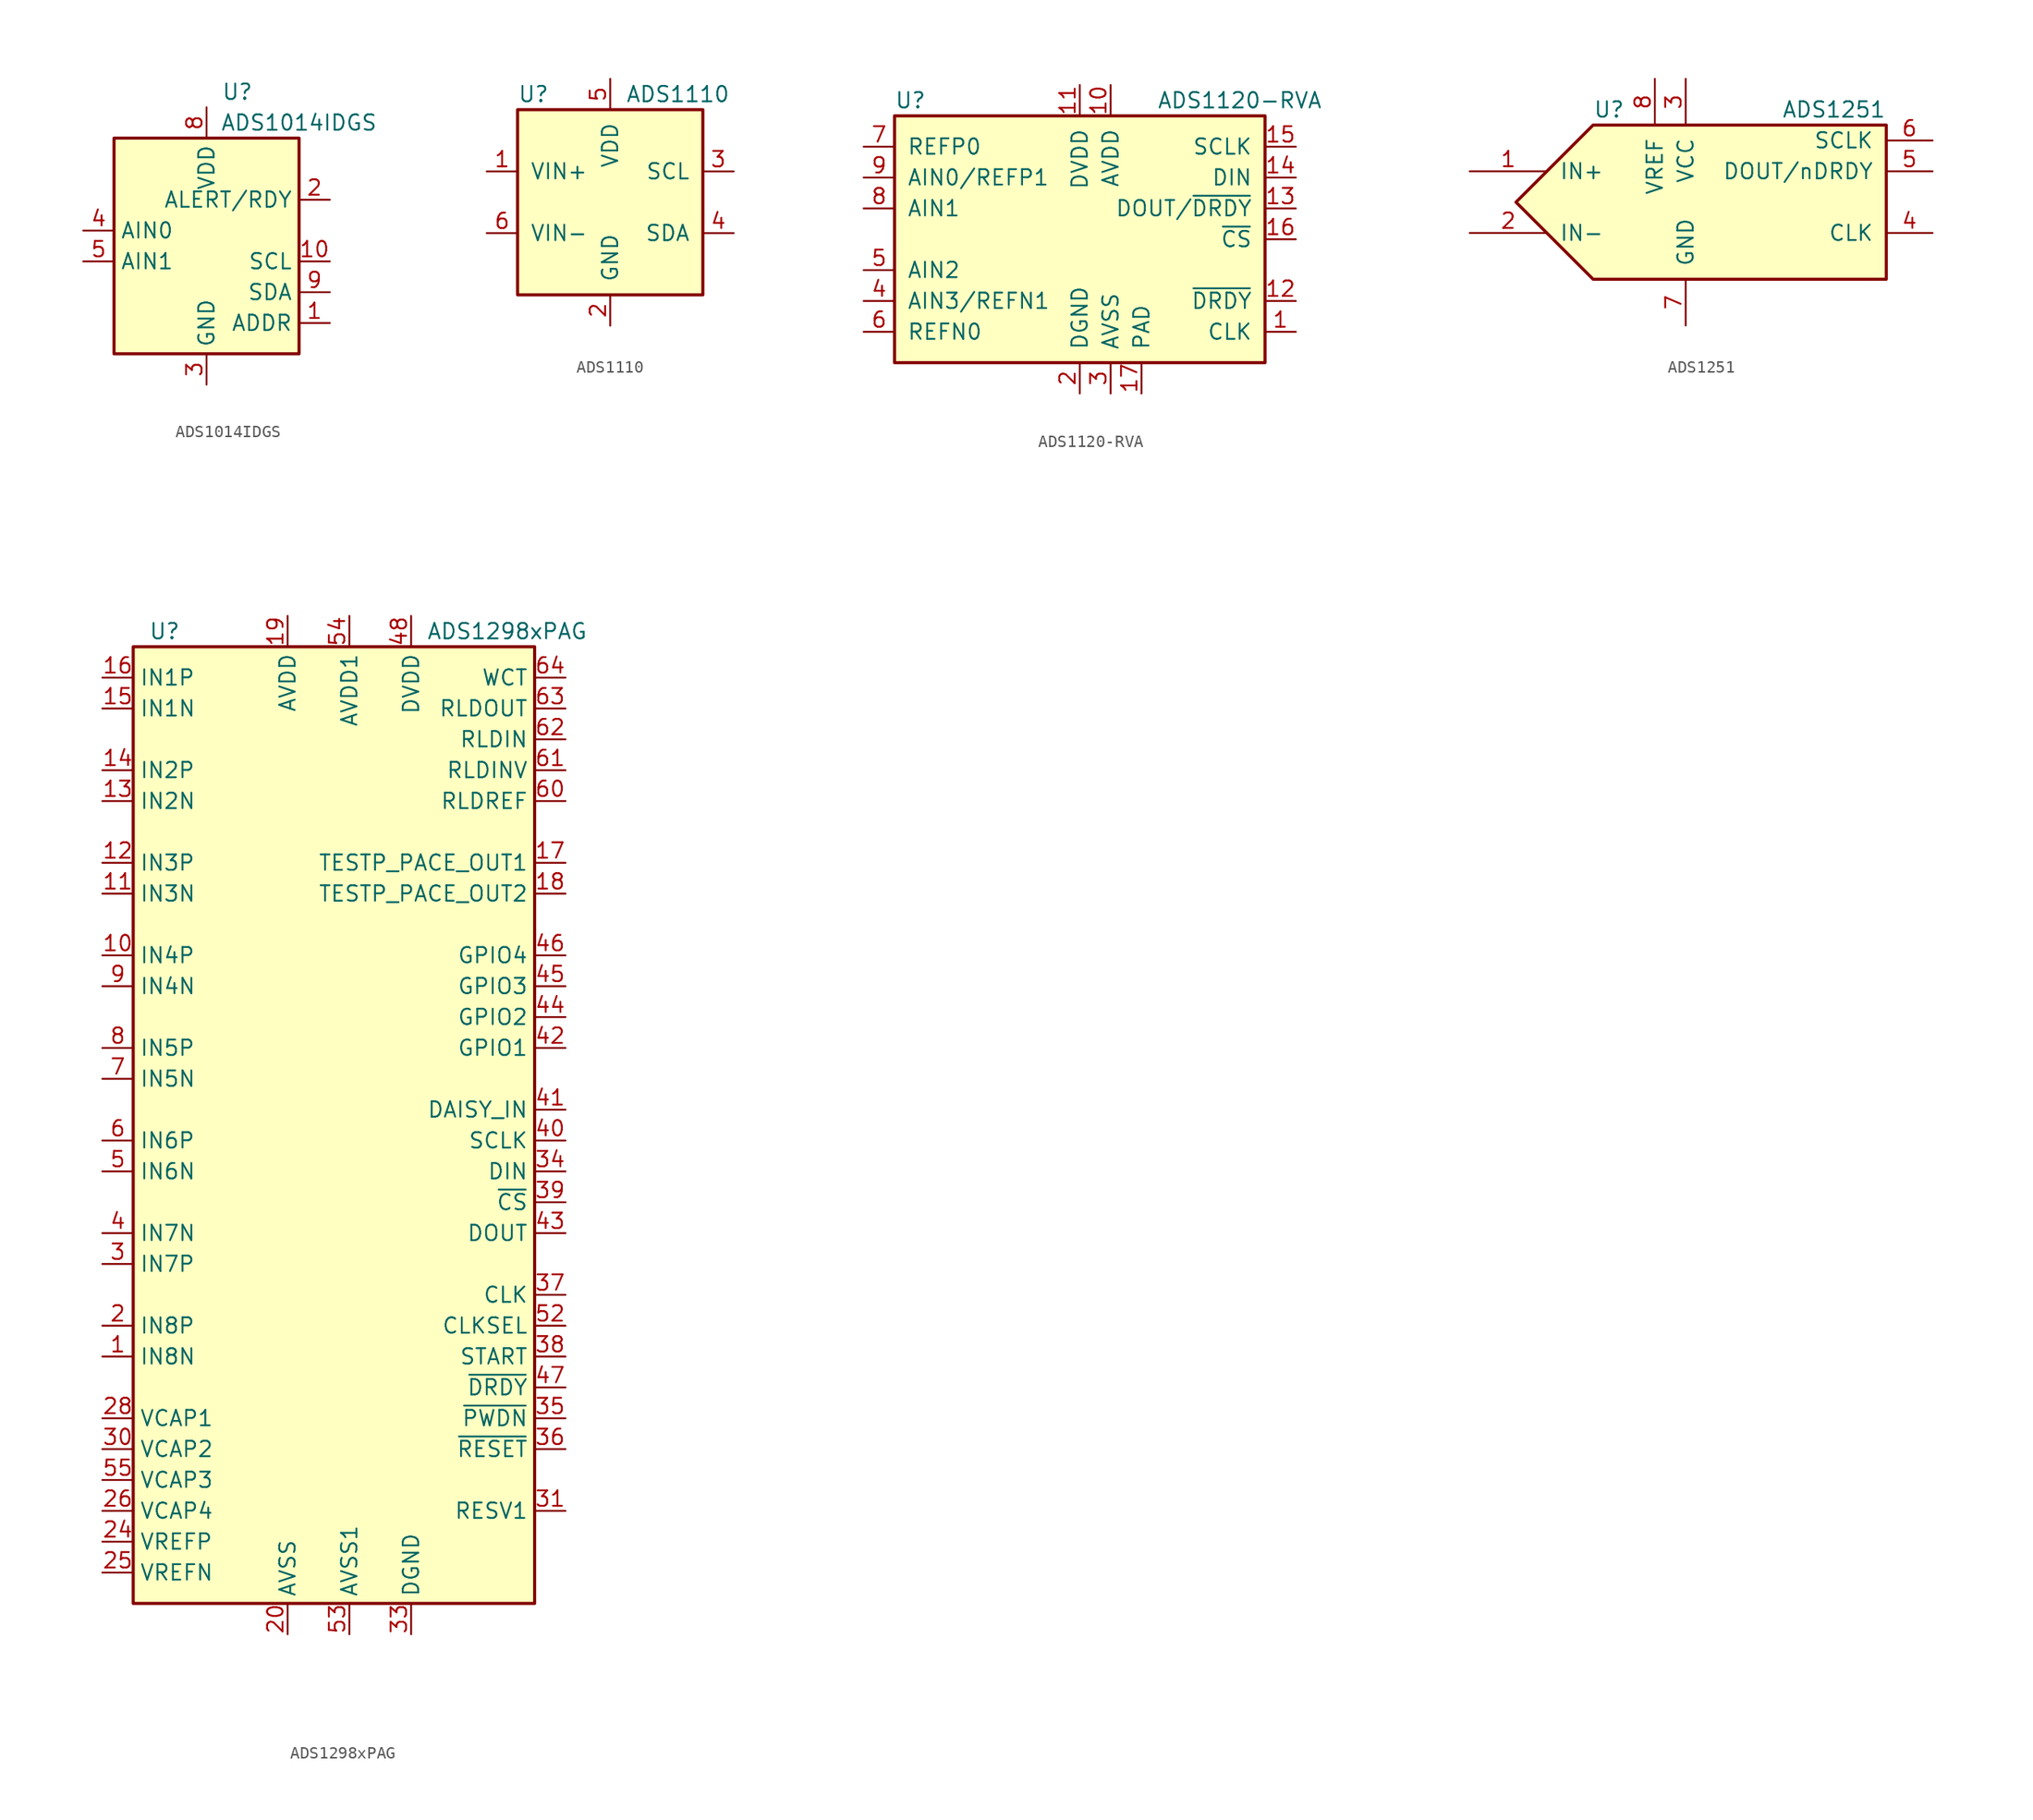
<source format=kicad_sym>
(kicad_symbol_lib
  (version 20220914)
  (generator kicad_symbol_editor)
  (symbol "ADS1014IDGS"
    (property "Reference" "U"
      (at 2.54 13.97 0)
      (effects (font (size 1.27 1.27))))
    (property "Value" "ADS1014IDGS"
      (at 7.62 11.43 0)
      (effects (font (size 1.27 1.27))))
    (symbol "ADS1014IDGS_0_1"
      (rectangle (start -7.62 10.16) (end 7.62 -7.62) (stroke (width 0.254) (type default)) (fill (type background))))
    (symbol "ADS1014IDGS_1_1"
      (pin input line (at 10.16 -5.08 180) (length 2.54) (name "ADDR" (effects (font (size 1.27 1.27)))) (number "1" (effects (font (size 1.27 1.27)))))
      (pin input line (at 10.16 0 180) (length 2.54) (name "SCL" (effects (font (size 1.27 1.27)))) (number "10" (effects (font (size 1.27 1.27)))))
      (pin output line (at 10.16 5.08 180) (length 2.54) (name "ALERT/RDY" (effects (font (size 1.27 1.27)))) (number "2" (effects (font (size 1.27 1.27)))))
      (pin power_in line (at 0 -10.16 90) (length 2.54) (name "GND" (effects (font (size 1.27 1.27)))) (number "3" (effects (font (size 1.27 1.27)))))
      (pin input line (at -10.16 2.54 0) (length 2.54) (name "AIN0" (effects (font (size 1.27 1.27)))) (number "4" (effects (font (size 1.27 1.27)))))
      (pin input line (at -10.16 0 0) (length 2.54) (name "AIN1" (effects (font (size 1.27 1.27)))) (number "5" (effects (font (size 1.27 1.27)))))
      (pin no_connect line (at -7.62 7.62 0) (length 2.54) hide (name "~" (effects (font (size 1.27 1.27)))) (number "6" (effects (font (size 1.27 1.27)))))
      (pin no_connect line (at -7.62 5.08 0) (length 2.54) hide (name "~" (effects (font (size 1.27 1.27)))) (number "7" (effects (font (size 1.27 1.27)))))
      (pin power_in line (at 0 12.7 270) (length 2.54) (name "VDD" (effects (font (size 1.27 1.27)))) (number "8" (effects (font (size 1.27 1.27)))))
      (pin bidirectional line (at 10.16 -2.54 180) (length 2.54) (name "SDA" (effects (font (size 1.27 1.27)))) (number "9" (effects (font (size 1.27 1.27)))))))
  (symbol "ADS1110"
    (pin_names
      (offset 1.016))
    (property "Reference" "U"
      (at -7.62 8.89 0)
      (effects (font (size 1.27 1.27)) (justify left)))
    (property "Value" "ADS1110"
      (at 1.27 8.89 0)
      (effects (font (size 1.27 1.27)) (justify left)))
    (symbol "ADS1110_0_1"
      (rectangle (start -7.62 7.62) (end 7.62 -7.62) (stroke (width 0.254) (type default)) (fill (type background))))
    (symbol "ADS1110_1_1"
      (pin input line (at -10.16 2.54 0) (length 2.54) (name "VIN+" (effects (font (size 1.27 1.27)))) (number "1" (effects (font (size 1.27 1.27)))))
      (pin power_in line (at 0 -10.16 90) (length 2.54) (name "GND" (effects (font (size 1.27 1.27)))) (number "2" (effects (font (size 1.27 1.27)))))
      (pin input line (at 10.16 2.54 180) (length 2.54) (name "SCL" (effects (font (size 1.27 1.27)))) (number "3" (effects (font (size 1.27 1.27)))))
      (pin bidirectional line (at 10.16 -2.54 180) (length 2.54) (name "SDA" (effects (font (size 1.27 1.27)))) (number "4" (effects (font (size 1.27 1.27)))))
      (pin power_in line (at 0 10.16 270) (length 2.54) (name "VDD" (effects (font (size 1.27 1.27)))) (number "5" (effects (font (size 1.27 1.27)))))
      (pin input line (at -10.16 -2.54 0) (length 2.54) (name "VIN-" (effects (font (size 1.27 1.27)))) (number "6" (effects (font (size 1.27 1.27)))))))
  (symbol "ADS1120-RVA"
    (pin_names
      (offset 1.016))
    (property "Reference" "U"
      (at -15.24 11.43 0)
      (effects (font (size 1.27 1.27)) (justify left)))
    (property "Value" "ADS1120-RVA"
      (at 6.35 11.43 0)
      (effects (font (size 1.27 1.27)) (justify left)))
    (symbol "ADS1120-RVA_0_1"
      (rectangle (start -15.24 10.16) (end 15.24 -10.16) (stroke (width 0.254) (type default)) (fill (type background))))
    (symbol "ADS1120-RVA_1_1"
      (pin input line (at 17.78 -7.62 180) (length 2.54) (name "CLK" (effects (font (size 1.27 1.27)))) (number "1" (effects (font (size 1.27 1.27)))))
      (pin power_in line (at 2.54 12.7 270) (length 2.54) (name "AVDD" (effects (font (size 1.27 1.27)))) (number "10" (effects (font (size 1.27 1.27)))))
      (pin power_in line (at 0 12.7 270) (length 2.54) (name "DVDD" (effects (font (size 1.27 1.27)))) (number "11" (effects (font (size 1.27 1.27)))))
      (pin output line (at 17.78 -5.08 180) (length 2.54) (name "~{DRDY}" (effects (font (size 1.27 1.27)))) (number "12" (effects (font (size 1.27 1.27)))))
      (pin output line (at 17.78 2.54 180) (length 2.54) (name "DOUT/~{DRDY}" (effects (font (size 1.27 1.27)))) (number "13" (effects (font (size 1.27 1.27)))))
      (pin input line (at 17.78 5.08 180) (length 2.54) (name "DIN" (effects (font (size 1.27 1.27)))) (number "14" (effects (font (size 1.27 1.27)))))
      (pin input line (at 17.78 7.62 180) (length 2.54) (name "SCLK" (effects (font (size 1.27 1.27)))) (number "15" (effects (font (size 1.27 1.27)))))
      (pin input line (at 17.78 0 180) (length 2.54) (name "~{CS}" (effects (font (size 1.27 1.27)))) (number "16" (effects (font (size 1.27 1.27)))))
      (pin passive line (at 5.08 -12.7 90) (length 2.54) (name "PAD" (effects (font (size 1.27 1.27)))) (number "17" (effects (font (size 1.27 1.27)))))
      (pin power_in line (at 0 -12.7 90) (length 2.54) (name "DGND" (effects (font (size 1.27 1.27)))) (number "2" (effects (font (size 1.27 1.27)))))
      (pin power_in line (at 2.54 -12.7 90) (length 2.54) (name "AVSS" (effects (font (size 1.27 1.27)))) (number "3" (effects (font (size 1.27 1.27)))))
      (pin input line (at -17.78 -5.08 0) (length 2.54) (name "AIN3/REFN1" (effects (font (size 1.27 1.27)))) (number "4" (effects (font (size 1.27 1.27)))))
      (pin input line (at -17.78 -2.54 0) (length 2.54) (name "AIN2" (effects (font (size 1.27 1.27)))) (number "5" (effects (font (size 1.27 1.27)))))
      (pin input line (at -17.78 -7.62 0) (length 2.54) (name "REFN0" (effects (font (size 1.27 1.27)))) (number "6" (effects (font (size 1.27 1.27)))))
      (pin input line (at -17.78 7.62 0) (length 2.54) (name "REFP0" (effects (font (size 1.27 1.27)))) (number "7" (effects (font (size 1.27 1.27)))))
      (pin input line (at -17.78 2.54 0) (length 2.54) (name "AIN1" (effects (font (size 1.27 1.27)))) (number "8" (effects (font (size 1.27 1.27)))))
      (pin input line (at -17.78 5.08 0) (length 2.54) (name "AIN0/REFP1" (effects (font (size 1.27 1.27)))) (number "9" (effects (font (size 1.27 1.27)))))))
  (symbol "ADS1251"
    (pin_names
      (offset 1.016))
    (property "Reference" "U"
      (at -10.16 7.62 0)
      (effects (font (size 1.27 1.27)) (justify left)))
    (property "Value" "ADS1251"
      (at 13.97 7.62 0)
      (effects (font (size 1.27 1.27)) (justify right)))
    (symbol "ADS1251_0_1"
      (polyline (pts (xy 13.97 6.35) (xy -10.16 6.35) (xy -16.51 0) (xy -10.16 -6.35) (xy 11.43 -6.35) (xy 13.97 -6.35) (xy 13.97 6.35)) (stroke (width 0.254) (type default)) (fill (type background))))
    (symbol "ADS1251_1_1"
      (pin input line (at -20.32 2.54 0) (length 6.35) (name "IN+" (effects (font (size 1.27 1.27)))) (number "1" (effects (font (size 1.27 1.27)))))
      (pin input line (at -20.32 -2.54 0) (length 6.35) (name "IN-" (effects (font (size 1.27 1.27)))) (number "2" (effects (font (size 1.27 1.27)))))
      (pin power_in line (at -2.54 10.16 270) (length 3.81) (name "VCC" (effects (font (size 1.27 1.27)))) (number "3" (effects (font (size 1.27 1.27)))))
      (pin input line (at 17.78 -2.54 180) (length 3.81) (name "CLK" (effects (font (size 1.27 1.27)))) (number "4" (effects (font (size 1.27 1.27)))))
      (pin output line (at 17.78 2.54 180) (length 3.81) (name "DOUT/nDRDY" (effects (font (size 1.27 1.27)))) (number "5" (effects (font (size 1.27 1.27)))))
      (pin input line (at 17.78 5.08 180) (length 3.81) (name "SCLK" (effects (font (size 1.27 1.27)))) (number "6" (effects (font (size 1.27 1.27)))))
      (pin power_in line (at -2.54 -10.16 90) (length 3.81) (name "GND" (effects (font (size 1.27 1.27)))) (number "7" (effects (font (size 1.27 1.27)))))
      (pin input line (at -5.08 10.16 270) (length 3.81) (name "VREF" (effects (font (size 1.27 1.27)))) (number "8" (effects (font (size 1.27 1.27)))))))
  (symbol "ADS1298xPAG"
    (property "Reference" "U"
      (at -16.51 44.45 0)
      (effects (font (size 1.27 1.27)) (justify left)))
    (property "Value" "ADS1298xPAG"
      (at 6.35 44.45 0)
      (effects (font (size 1.27 1.27)) (justify left)))
    (symbol "ADS1298xPAG_0_1"
      (rectangle (start -17.78 43.18) (end 15.24 -35.56) (stroke (width 0.254) (type default)) (fill (type background))))
    (symbol "ADS1298xPAG_1_1"
      (pin input line (at -20.32 -15.24 0) (length 2.54) (name "IN8N" (effects (font (size 1.27 1.27)))) (number "1" (effects (font (size 1.27 1.27)))))
      (pin input line (at -20.32 17.78 0) (length 2.54) (name "IN4P" (effects (font (size 1.27 1.27)))) (number "10" (effects (font (size 1.27 1.27)))))
      (pin input line (at -20.32 22.86 0) (length 2.54) (name "IN3N" (effects (font (size 1.27 1.27)))) (number "11" (effects (font (size 1.27 1.27)))))
      (pin input line (at -20.32 25.4 0) (length 2.54) (name "IN3P" (effects (font (size 1.27 1.27)))) (number "12" (effects (font (size 1.27 1.27)))))
      (pin input line (at -20.32 30.48 0) (length 2.54) (name "IN2N" (effects (font (size 1.27 1.27)))) (number "13" (effects (font (size 1.27 1.27)))))
      (pin input line (at -20.32 33.02 0) (length 2.54) (name "IN2P" (effects (font (size 1.27 1.27)))) (number "14" (effects (font (size 1.27 1.27)))))
      (pin input line (at -20.32 38.1 0) (length 2.54) (name "IN1N" (effects (font (size 1.27 1.27)))) (number "15" (effects (font (size 1.27 1.27)))))
      (pin input line (at -20.32 40.64 0) (length 2.54) (name "IN1P" (effects (font (size 1.27 1.27)))) (number "16" (effects (font (size 1.27 1.27)))))
      (pin bidirectional line (at 17.78 25.4 180) (length 2.54) (name "TESTP_PACE_OUT1" (effects (font (size 1.27 1.27)))) (number "17" (effects (font (size 1.27 1.27)))))
      (pin bidirectional line (at 17.78 22.86 180) (length 2.54) (name "TESTP_PACE_OUT2" (effects (font (size 1.27 1.27)))) (number "18" (effects (font (size 1.27 1.27)))))
      (pin power_in line (at -5.08 45.72 270) (length 2.54) (name "AVDD" (effects (font (size 1.27 1.27)))) (number "19" (effects (font (size 1.27 1.27)))))
      (pin input line (at -20.32 -12.7 0) (length 2.54) (name "IN8P" (effects (font (size 1.27 1.27)))) (number "2" (effects (font (size 1.27 1.27)))))
      (pin power_in line (at -5.08 -38.1 90) (length 2.54) (name "AVSS" (effects (font (size 1.27 1.27)))) (number "20" (effects (font (size 1.27 1.27)))))
      (pin passive line (at -5.08 45.72 270) (length 2.54) hide (name "AVDD" (effects (font (size 1.27 1.27)))) (number "21" (effects (font (size 1.27 1.27)))))
      (pin passive line (at -5.08 45.72 270) (length 2.54) hide (name "AVDD" (effects (font (size 1.27 1.27)))) (number "22" (effects (font (size 1.27 1.27)))))
      (pin passive line (at -5.08 -38.1 90) (length 2.54) hide (name "AVSS" (effects (font (size 1.27 1.27)))) (number "23" (effects (font (size 1.27 1.27)))))
      (pin passive line (at -20.32 -30.48 0) (length 2.54) (name "VREFP" (effects (font (size 1.27 1.27)))) (number "24" (effects (font (size 1.27 1.27)))))
      (pin passive line (at -20.32 -33.02 0) (length 2.54) (name "VREFN" (effects (font (size 1.27 1.27)))) (number "25" (effects (font (size 1.27 1.27)))))
      (pin passive line (at -20.32 -27.94 0) (length 2.54) (name "VCAP4" (effects (font (size 1.27 1.27)))) (number "26" (effects (font (size 1.27 1.27)))))
      (pin no_connect line (at 15.24 -30.48 180) (length 2.54) hide (name "NC" (effects (font (size 1.27 1.27)))) (number "27" (effects (font (size 1.27 1.27)))))
      (pin passive line (at -20.32 -20.32 0) (length 2.54) (name "VCAP1" (effects (font (size 1.27 1.27)))) (number "28" (effects (font (size 1.27 1.27)))))
      (pin no_connect line (at 15.24 -33.02 180) (length 2.54) hide (name "NC" (effects (font (size 1.27 1.27)))) (number "29" (effects (font (size 1.27 1.27)))))
      (pin input line (at -20.32 -7.62 0) (length 2.54) (name "IN7P" (effects (font (size 1.27 1.27)))) (number "3" (effects (font (size 1.27 1.27)))))
      (pin passive line (at -20.32 -22.86 0) (length 2.54) (name "VCAP2" (effects (font (size 1.27 1.27)))) (number "30" (effects (font (size 1.27 1.27)))))
      (pin input line (at 17.78 -27.94 180) (length 2.54) (name "RESV1" (effects (font (size 1.27 1.27)))) (number "31" (effects (font (size 1.27 1.27)))))
      (pin passive line (at -5.08 -38.1 90) (length 2.54) hide (name "AVSS" (effects (font (size 1.27 1.27)))) (number "32" (effects (font (size 1.27 1.27)))))
      (pin power_in line (at 5.08 -38.1 90) (length 2.54) (name "DGND" (effects (font (size 1.27 1.27)))) (number "33" (effects (font (size 1.27 1.27)))))
      (pin input line (at 17.78 0 180) (length 2.54) (name "DIN" (effects (font (size 1.27 1.27)))) (number "34" (effects (font (size 1.27 1.27)))))
      (pin input line (at 17.78 -20.32 180) (length 2.54) (name "~{PWDN}" (effects (font (size 1.27 1.27)))) (number "35" (effects (font (size 1.27 1.27)))))
      (pin input line (at 17.78 -22.86 180) (length 2.54) (name "~{RESET}" (effects (font (size 1.27 1.27)))) (number "36" (effects (font (size 1.27 1.27)))))
      (pin bidirectional line (at 17.78 -10.16 180) (length 2.54) (name "CLK" (effects (font (size 1.27 1.27)))) (number "37" (effects (font (size 1.27 1.27)))))
      (pin input line (at 17.78 -15.24 180) (length 2.54) (name "START" (effects (font (size 1.27 1.27)))) (number "38" (effects (font (size 1.27 1.27)))))
      (pin input line (at 17.78 -2.54 180) (length 2.54) (name "~{CS}" (effects (font (size 1.27 1.27)))) (number "39" (effects (font (size 1.27 1.27)))))
      (pin input line (at -20.32 -5.08 0) (length 2.54) (name "IN7N" (effects (font (size 1.27 1.27)))) (number "4" (effects (font (size 1.27 1.27)))))
      (pin input line (at 17.78 2.54 180) (length 2.54) (name "SCLK" (effects (font (size 1.27 1.27)))) (number "40" (effects (font (size 1.27 1.27)))))
      (pin input line (at 17.78 5.08 180) (length 2.54) (name "DAISY_IN" (effects (font (size 1.27 1.27)))) (number "41" (effects (font (size 1.27 1.27)))))
      (pin bidirectional line (at 17.78 10.16 180) (length 2.54) (name "GPIO1" (effects (font (size 1.27 1.27)))) (number "42" (effects (font (size 1.27 1.27)))))
      (pin output line (at 17.78 -5.08 180) (length 2.54) (name "DOUT" (effects (font (size 1.27 1.27)))) (number "43" (effects (font (size 1.27 1.27)))))
      (pin bidirectional line (at 17.78 12.7 180) (length 2.54) (name "GPIO2" (effects (font (size 1.27 1.27)))) (number "44" (effects (font (size 1.27 1.27)))))
      (pin bidirectional line (at 17.78 15.24 180) (length 2.54) (name "GPIO3" (effects (font (size 1.27 1.27)))) (number "45" (effects (font (size 1.27 1.27)))))
      (pin bidirectional line (at 17.78 17.78 180) (length 2.54) (name "GPIO4" (effects (font (size 1.27 1.27)))) (number "46" (effects (font (size 1.27 1.27)))))
      (pin output line (at 17.78 -17.78 180) (length 2.54) (name "~{DRDY}" (effects (font (size 1.27 1.27)))) (number "47" (effects (font (size 1.27 1.27)))))
      (pin power_in line (at 5.08 45.72 270) (length 2.54) (name "DVDD" (effects (font (size 1.27 1.27)))) (number "48" (effects (font (size 1.27 1.27)))))
      (pin passive line (at 5.08 -38.1 90) (length 2.54) hide (name "DGND" (effects (font (size 1.27 1.27)))) (number "49" (effects (font (size 1.27 1.27)))))
      (pin input line (at -20.32 0 0) (length 2.54) (name "IN6N" (effects (font (size 1.27 1.27)))) (number "5" (effects (font (size 1.27 1.27)))))
      (pin passive line (at 5.08 45.72 270) (length 2.54) hide (name "DVDD" (effects (font (size 1.27 1.27)))) (number "50" (effects (font (size 1.27 1.27)))))
      (pin passive line (at 5.08 -38.1 90) (length 2.54) hide (name "DGND" (effects (font (size 1.27 1.27)))) (number "51" (effects (font (size 1.27 1.27)))))
      (pin input line (at 17.78 -12.7 180) (length 2.54) (name "CLKSEL" (effects (font (size 1.27 1.27)))) (number "52" (effects (font (size 1.27 1.27)))))
      (pin power_in line (at 0 -38.1 90) (length 2.54) (name "AVSS1" (effects (font (size 1.27 1.27)))) (number "53" (effects (font (size 1.27 1.27)))))
      (pin power_in line (at 0 45.72 270) (length 2.54) (name "AVDD1" (effects (font (size 1.27 1.27)))) (number "54" (effects (font (size 1.27 1.27)))))
      (pin passive line (at -20.32 -25.4 0) (length 2.54) (name "VCAP3" (effects (font (size 1.27 1.27)))) (number "55" (effects (font (size 1.27 1.27)))))
      (pin passive line (at -5.08 45.72 270) (length 2.54) hide (name "AVDD" (effects (font (size 1.27 1.27)))) (number "56" (effects (font (size 1.27 1.27)))))
      (pin passive line (at -5.08 -38.1 90) (length 2.54) hide (name "AVSS" (effects (font (size 1.27 1.27)))) (number "57" (effects (font (size 1.27 1.27)))))
      (pin passive line (at -5.08 -38.1 90) (length 2.54) hide (name "AVSS" (effects (font (size 1.27 1.27)))) (number "58" (effects (font (size 1.27 1.27)))))
      (pin passive line (at -5.08 45.72 270) (length 2.54) hide (name "AVDD" (effects (font (size 1.27 1.27)))) (number "59" (effects (font (size 1.27 1.27)))))
      (pin input line (at -20.32 2.54 0) (length 2.54) (name "IN6P" (effects (font (size 1.27 1.27)))) (number "6" (effects (font (size 1.27 1.27)))))
      (pin input line (at 17.78 30.48 180) (length 2.54) (name "RLDREF" (effects (font (size 1.27 1.27)))) (number "60" (effects (font (size 1.27 1.27)))))
      (pin input line (at 17.78 33.02 180) (length 2.54) (name "RLDINV" (effects (font (size 1.27 1.27)))) (number "61" (effects (font (size 1.27 1.27)))))
      (pin input line (at 17.78 35.56 180) (length 2.54) (name "RLDIN" (effects (font (size 1.27 1.27)))) (number "62" (effects (font (size 1.27 1.27)))))
      (pin output line (at 17.78 38.1 180) (length 2.54) (name "RLDOUT" (effects (font (size 1.27 1.27)))) (number "63" (effects (font (size 1.27 1.27)))))
      (pin output line (at 17.78 40.64 180) (length 2.54) (name "WCT" (effects (font (size 1.27 1.27)))) (number "64" (effects (font (size 1.27 1.27)))))
      (pin input line (at -20.32 7.62 0) (length 2.54) (name "IN5N" (effects (font (size 1.27 1.27)))) (number "7" (effects (font (size 1.27 1.27)))))
      (pin input line (at -20.32 10.16 0) (length 2.54) (name "IN5P" (effects (font (size 1.27 1.27)))) (number "8" (effects (font (size 1.27 1.27)))))
      (pin input line (at -20.32 15.24 0) (length 2.54) (name "IN4N" (effects (font (size 1.27 1.27)))) (number "9" (effects (font (size 1.27 1.27))))))))
</source>
